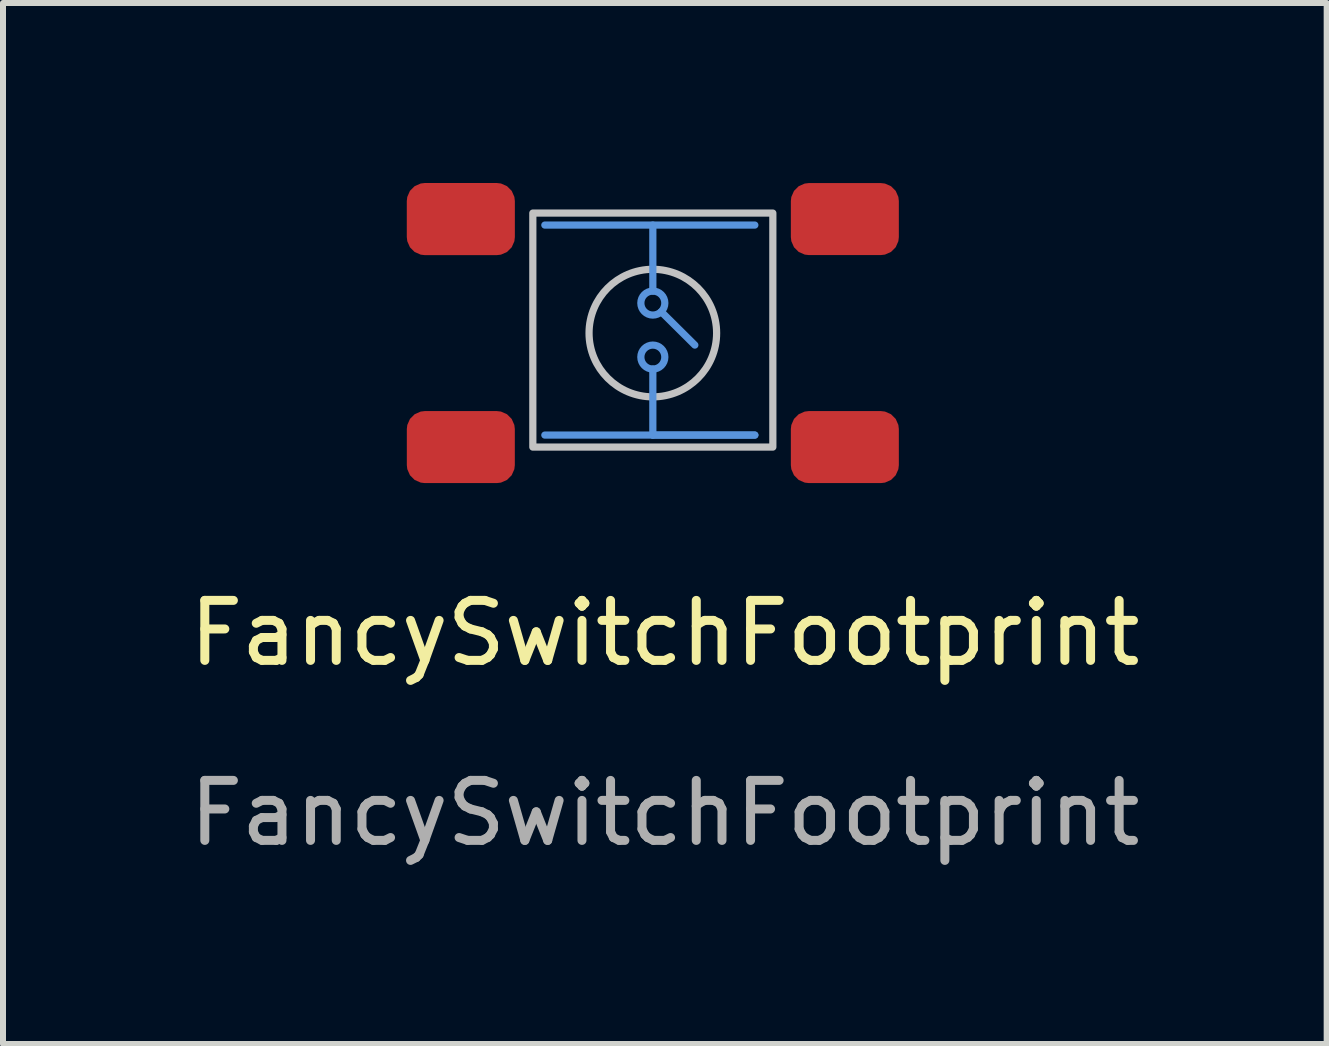
<source format=kicad_pcb>
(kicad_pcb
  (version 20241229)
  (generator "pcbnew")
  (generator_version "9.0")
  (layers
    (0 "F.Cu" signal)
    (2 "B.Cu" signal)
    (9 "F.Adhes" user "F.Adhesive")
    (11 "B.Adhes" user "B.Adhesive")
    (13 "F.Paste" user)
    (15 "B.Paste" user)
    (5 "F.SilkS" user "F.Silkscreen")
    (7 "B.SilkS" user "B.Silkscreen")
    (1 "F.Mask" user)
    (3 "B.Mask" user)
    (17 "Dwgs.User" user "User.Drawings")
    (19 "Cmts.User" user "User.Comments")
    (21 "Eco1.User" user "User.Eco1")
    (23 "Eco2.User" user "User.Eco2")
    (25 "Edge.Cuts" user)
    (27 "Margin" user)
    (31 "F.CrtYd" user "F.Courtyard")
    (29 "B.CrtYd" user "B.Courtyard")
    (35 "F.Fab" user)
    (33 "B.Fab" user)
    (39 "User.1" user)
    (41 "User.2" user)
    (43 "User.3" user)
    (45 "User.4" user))
  (footprint "FancySwitchFootprint"
    (layer "F.Cu")
    (at 7.83 2.501)
    (property "Reference" "FancySwitchFootprint" (at 0.2 5 0) (unlocked yes) (layer "F.SilkS") (effects (font (size 1 1) (thickness 0.15))))
    (attr smd)
    (fp_rect (start 2 1.9) (end -2 -2) (stroke (width 0.12) (type solid)) (fill no) (layer "Dwgs.User"))
    (fp_circle (center 0 0) (end 0.8 -0.7) (stroke (width 0.12) (type solid)) (fill no) (layer "Dwgs.User"))
    (fp_line (start -1.8 -1.8) (end 1.7 -1.8) (stroke (width 0.12) (type solid)) (layer "Cmts.User"))
    (fp_line (start 0 -1.8) (end 0 -0.7) (stroke (width 0.12) (type solid)) (layer "Cmts.User"))
    (fp_line (start 0 0.6) (end 0 1.7) (stroke (width 0.12) (type solid)) (layer "Cmts.User"))
    (fp_line (start 0 1.7) (end 1.7 1.7) (stroke (width 0.12) (type solid)) (layer "Cmts.User"))
    (fp_line (start 0.14 -0.356) (end 0.7 0.2) (stroke (width 0.12) (type solid)) (layer "Cmts.User"))
    (fp_line (start 1.7 1.7) (end -1.8 1.7) (stroke (width 0.12) (type solid)) (layer "Cmts.User"))
    (fp_circle (center 0 -0.5) (end 0.2 -0.5) (stroke (width 0.12) (type solid)) (fill no) (layer "Cmts.User"))
    (fp_circle (center 0 0.4) (end 0.2 0.4) (stroke (width 0.12) (type solid)) (fill no) (layer "Cmts.User"))
    (fp_text user "${REFERENCE}" (at 0.2 8 0) (unlocked yes) (layer "F.Fab") (effects (font (size 1 1) (thickness 0.15))))
    (pad "1" smd roundrect (at 3.2 -1.9) (size 1.8 1.2) (layers "F.Cu" "F.Mask" "F.Paste") (roundrect_rratio 0.25))
    (pad "2" smd roundrect (at -3.2 -1.9) (size 1.801 1.202) (layers "F.Cu" "F.Mask" "F.Paste") (roundrect_rratio 0.25))
    (pad "3" smd roundrect (at -3.2 1.9) (size 1.8 1.2) (layers "F.Cu" "F.Mask" "F.Paste") (roundrect_rratio 0.25))
    (pad "4" smd roundrect (at 3.2 1.9) (size 1.8 1.2) (layers "F.Cu" "F.Mask" "F.Paste") (roundrect_rratio 0.25)))
  (gr_rect
    (start -3 -3)
    (end 19.06 14.349)
    (stroke (width 0.1) (type default))
    (fill no)
    (layer "Edge.Cuts")))
</source>
